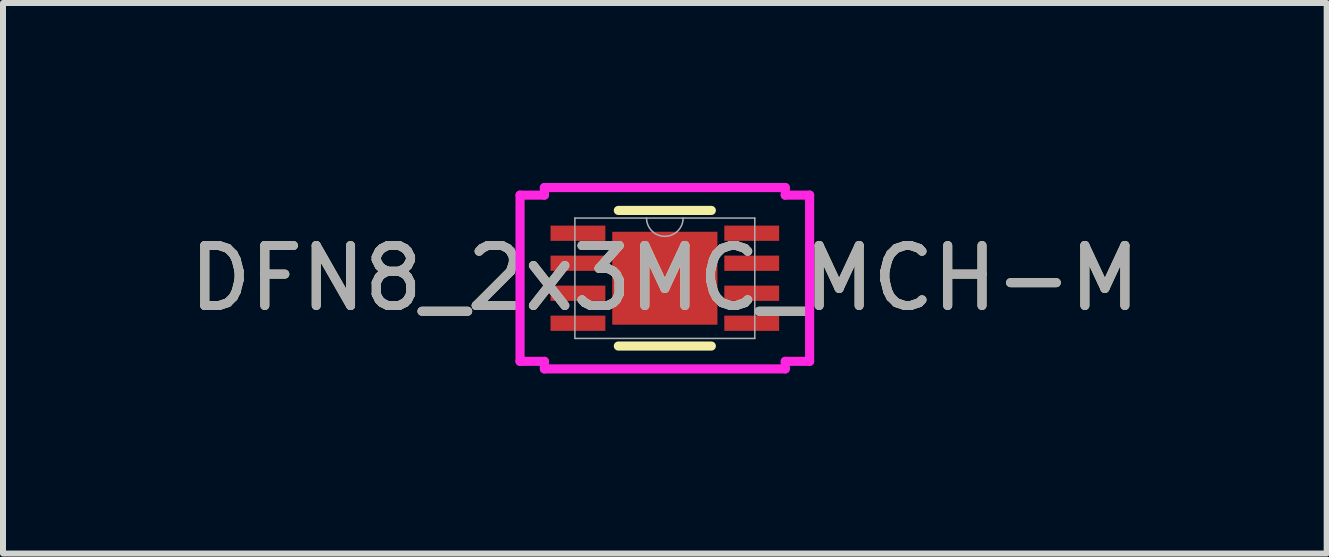
<source format=kicad_pcb>
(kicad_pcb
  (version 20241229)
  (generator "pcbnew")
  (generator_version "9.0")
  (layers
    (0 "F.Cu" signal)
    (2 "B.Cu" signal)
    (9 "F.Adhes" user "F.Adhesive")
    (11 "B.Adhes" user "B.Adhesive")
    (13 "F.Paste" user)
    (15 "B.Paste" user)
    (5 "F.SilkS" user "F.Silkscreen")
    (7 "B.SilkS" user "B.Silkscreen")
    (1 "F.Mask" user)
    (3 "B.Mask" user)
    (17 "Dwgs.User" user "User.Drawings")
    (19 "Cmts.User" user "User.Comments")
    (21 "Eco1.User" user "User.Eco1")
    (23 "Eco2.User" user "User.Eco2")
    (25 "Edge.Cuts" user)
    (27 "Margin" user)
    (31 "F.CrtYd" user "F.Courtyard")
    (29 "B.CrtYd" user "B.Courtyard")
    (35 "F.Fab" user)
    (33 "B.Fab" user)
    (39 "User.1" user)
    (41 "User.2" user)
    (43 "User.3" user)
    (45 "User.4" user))
  (footprint "DFN8_2x3MC_MCH-M"
    (layer "F.Cu")
    (at 8.03 1.587)
    (property "Reference" "DFN8_2x3MC_MCH-M" (at 0 0 0) (unlocked yes) (layer "F.SilkS") (effects (font (size 1 1) (thickness 0.15))))
    (attr smd)
    (fp_line (start -0.775 1.13) (end 0.775 1.13) (stroke (width 0.152) (type solid)) (layer "F.SilkS"))
    (fp_line (start 0.775 -1.13) (end -0.775 -1.13) (stroke (width 0.152) (type solid)) (layer "F.SilkS"))
    (fp_line (start -2.413 -1.385) (end -2.007 -1.385) (stroke (width 0.152) (type solid)) (layer "F.CrtYd"))
    (fp_line (start -2.413 1.385) (end -2.413 -1.385) (stroke (width 0.152) (type solid)) (layer "F.CrtYd"))
    (fp_line (start -2.413 1.385) (end -2.007 1.385) (stroke (width 0.152) (type solid)) (layer "F.CrtYd"))
    (fp_line (start -2.007 -1.511) (end 2.007 -1.511) (stroke (width 0.152) (type solid)) (layer "F.CrtYd"))
    (fp_line (start -2.007 -1.385) (end -2.007 -1.511) (stroke (width 0.152) (type solid)) (layer "F.CrtYd"))
    (fp_line (start -2.007 1.511) (end -2.007 1.385) (stroke (width 0.152) (type solid)) (layer "F.CrtYd"))
    (fp_line (start 2.007 -1.511) (end 2.007 -1.385) (stroke (width 0.152) (type solid)) (layer "F.CrtYd"))
    (fp_line (start 2.007 1.385) (end 2.007 1.511) (stroke (width 0.152) (type solid)) (layer "F.CrtYd"))
    (fp_line (start 2.007 1.511) (end -2.007 1.511) (stroke (width 0.152) (type solid)) (layer "F.CrtYd"))
    (fp_line (start 2.413 -1.385) (end 2.007 -1.385) (stroke (width 0.152) (type solid)) (layer "F.CrtYd"))
    (fp_line (start 2.413 -1.385) (end 2.413 1.385) (stroke (width 0.152) (type solid)) (layer "F.CrtYd"))
    (fp_line (start 2.413 1.385) (end 2.007 1.385) (stroke (width 0.152) (type solid)) (layer "F.CrtYd"))
    (fp_line (start -1.499 -1.003) (end -1.499 1.003) (stroke (width 0.025) (type solid)) (layer "F.Fab"))
    (fp_line (start -1.499 1.003) (end 1.499 1.003) (stroke (width 0.025) (type solid)) (layer "F.Fab"))
    (fp_line (start 1.499 -1.003) (end -1.499 -1.003) (stroke (width 0.025) (type solid)) (layer "F.Fab"))
    (fp_line (start 1.499 1.003) (end 1.499 -1.003) (stroke (width 0.025) (type solid)) (layer "F.Fab"))
    (fp_arc (start 0.3048 -1.0033) (mid 0 -0.6985) (end -0.3048 -1.0033) (stroke (width 0.0254) (type solid)) (layer "F.Fab"))
    (fp_text user "${REFERENCE}" (at 0 0 0) (unlocked yes) (layer "F.Fab") (effects (font (size 1 1) (thickness 0.15))))
    (pad "1" smd rect (at -1.448 -0.75) (size 0.914 0.254) (layers "F.Cu" "F.Mask" "F.Paste"))
    (pad "2" smd rect (at -1.448 -0.25) (size 0.914 0.254) (layers "F.Cu" "F.Mask" "F.Paste"))
    (pad "3" smd rect (at -1.448 0.25) (size 0.914 0.254) (layers "F.Cu" "F.Mask" "F.Paste"))
    (pad "4" smd rect (at -1.448 0.75) (size 0.914 0.254) (layers "F.Cu" "F.Mask" "F.Paste"))
    (pad "5" smd rect (at 1.448 0.75) (size 0.914 0.254) (layers "F.Cu" "F.Mask" "F.Paste"))
    (pad "6" smd rect (at 1.448 0.25) (size 0.914 0.254) (layers "F.Cu" "F.Mask" "F.Paste"))
    (pad "7" smd rect (at 1.448 -0.25) (size 0.914 0.254) (layers "F.Cu" "F.Mask" "F.Paste"))
    (pad "8" smd rect (at 1.448 -0.75) (size 0.914 0.254) (layers "F.Cu" "F.Mask" "F.Paste"))
    (pad "9" smd rect (at 0 0) (size 1.753 1.549) (layers "F.Cu" "F.Mask" "F.Paste")))
  (gr_rect
    (start -3 -3)
    (end 19.06 6.175)
    (stroke (width 0.1) (type default))
    (fill no)
    (layer "Edge.Cuts")))
</source>
